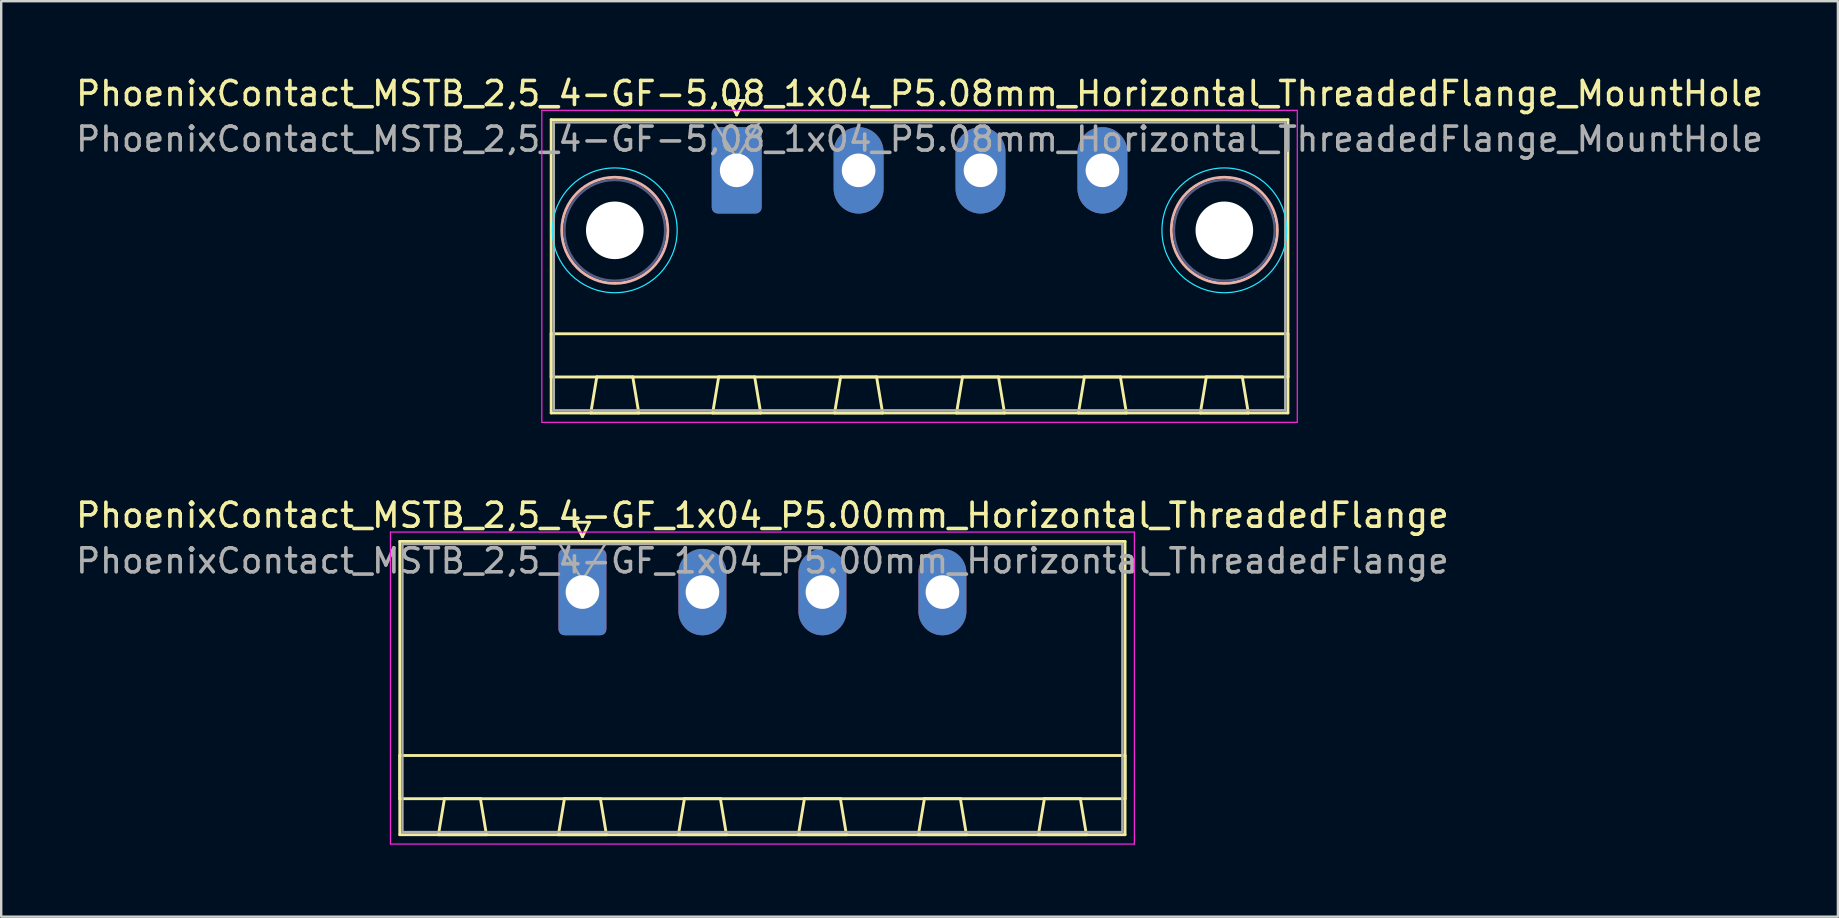
<source format=kicad_pcb>
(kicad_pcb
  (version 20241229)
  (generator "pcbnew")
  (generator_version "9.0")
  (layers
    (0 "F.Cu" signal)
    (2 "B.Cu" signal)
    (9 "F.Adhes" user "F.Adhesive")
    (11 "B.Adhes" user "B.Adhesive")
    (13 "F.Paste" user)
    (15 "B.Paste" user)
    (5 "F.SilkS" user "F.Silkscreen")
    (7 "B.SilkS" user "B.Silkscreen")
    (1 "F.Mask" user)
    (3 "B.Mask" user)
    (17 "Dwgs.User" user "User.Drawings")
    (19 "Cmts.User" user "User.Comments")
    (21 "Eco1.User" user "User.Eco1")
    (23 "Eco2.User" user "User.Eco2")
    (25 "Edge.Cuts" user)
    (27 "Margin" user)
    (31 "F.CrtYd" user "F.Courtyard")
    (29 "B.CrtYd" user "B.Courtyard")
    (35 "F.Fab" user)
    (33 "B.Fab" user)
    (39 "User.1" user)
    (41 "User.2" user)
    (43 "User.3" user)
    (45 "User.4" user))
  (footprint "PhoenixContact_MSTB_2,5_4-GF_1x04_P5.00mm_Horizontal_ThreadedFlange"
    (layer "F.Cu")
    (at 21.22 21.622)
    (property "Reference" "PhoenixContact_MSTB_2,5_4-GF_1x04_P5.00mm_Horizontal_ThreadedFlange" (at 7.5 -3.2 0) (layer "F.SilkS") (effects (font (size 1 1) (thickness 0.15))))
    (attr through_hole)
    (fp_line (start -7.61 -2.11) (end -7.61 10.11) (stroke (width 0.12) (type solid)) (layer "F.SilkS"))
    (fp_line (start -7.61 6.81) (end 22.61 6.81) (stroke (width 0.12) (type solid)) (layer "F.SilkS"))
    (fp_line (start -7.61 8.61) (end -7.61 6.81) (stroke (width 0.12) (type solid)) (layer "F.SilkS"))
    (fp_line (start -7.61 10.11) (end 22.61 10.11) (stroke (width 0.12) (type solid)) (layer "F.SilkS"))
    (fp_line (start -6 10.11) (end -4 10.11) (stroke (width 0.12) (type solid)) (layer "F.SilkS"))
    (fp_line (start -5.75 8.61) (end -6 10.11) (stroke (width 0.12) (type solid)) (layer "F.SilkS"))
    (fp_line (start -4.25 8.61) (end -5.75 8.61) (stroke (width 0.12) (type solid)) (layer "F.SilkS"))
    (fp_line (start -4 10.11) (end -4.25 8.61) (stroke (width 0.12) (type solid)) (layer "F.SilkS"))
    (fp_line (start -1 10.11) (end 1 10.11) (stroke (width 0.12) (type solid)) (layer "F.SilkS"))
    (fp_line (start -0.75 8.61) (end -1 10.11) (stroke (width 0.12) (type solid)) (layer "F.SilkS"))
    (fp_line (start -0.3 -2.91) (end 0.3 -2.91) (stroke (width 0.12) (type solid)) (layer "F.SilkS"))
    (fp_line (start 0 -2.31) (end -0.3 -2.91) (stroke (width 0.12) (type solid)) (layer "F.SilkS"))
    (fp_line (start 0.3 -2.91) (end 0 -2.31) (stroke (width 0.12) (type solid)) (layer "F.SilkS"))
    (fp_line (start 0.75 8.61) (end -0.75 8.61) (stroke (width 0.12) (type solid)) (layer "F.SilkS"))
    (fp_line (start 1 10.11) (end 0.75 8.61) (stroke (width 0.12) (type solid)) (layer "F.SilkS"))
    (fp_line (start 4 10.11) (end 6 10.11) (stroke (width 0.12) (type solid)) (layer "F.SilkS"))
    (fp_line (start 4.25 8.61) (end 4 10.11) (stroke (width 0.12) (type solid)) (layer "F.SilkS"))
    (fp_line (start 5.75 8.61) (end 4.25 8.61) (stroke (width 0.12) (type solid)) (layer "F.SilkS"))
    (fp_line (start 6 10.11) (end 5.75 8.61) (stroke (width 0.12) (type solid)) (layer "F.SilkS"))
    (fp_line (start 9 10.11) (end 11 10.11) (stroke (width 0.12) (type solid)) (layer "F.SilkS"))
    (fp_line (start 9.25 8.61) (end 9 10.11) (stroke (width 0.12) (type solid)) (layer "F.SilkS"))
    (fp_line (start 10.75 8.61) (end 9.25 8.61) (stroke (width 0.12) (type solid)) (layer "F.SilkS"))
    (fp_line (start 11 10.11) (end 10.75 8.61) (stroke (width 0.12) (type solid)) (layer "F.SilkS"))
    (fp_line (start 14 10.11) (end 16 10.11) (stroke (width 0.12) (type solid)) (layer "F.SilkS"))
    (fp_line (start 14.25 8.61) (end 14 10.11) (stroke (width 0.12) (type solid)) (layer "F.SilkS"))
    (fp_line (start 15.75 8.61) (end 14.25 8.61) (stroke (width 0.12) (type solid)) (layer "F.SilkS"))
    (fp_line (start 16 10.11) (end 15.75 8.61) (stroke (width 0.12) (type solid)) (layer "F.SilkS"))
    (fp_line (start 19 10.11) (end 21 10.11) (stroke (width 0.12) (type solid)) (layer "F.SilkS"))
    (fp_line (start 19.25 8.61) (end 19 10.11) (stroke (width 0.12) (type solid)) (layer "F.SilkS"))
    (fp_line (start 20.75 8.61) (end 19.25 8.61) (stroke (width 0.12) (type solid)) (layer "F.SilkS"))
    (fp_line (start 21 10.11) (end 20.75 8.61) (stroke (width 0.12) (type solid)) (layer "F.SilkS"))
    (fp_line (start 22.61 -2.11) (end -7.61 -2.11) (stroke (width 0.12) (type solid)) (layer "F.SilkS"))
    (fp_line (start 22.61 6.81) (end 22.61 8.61) (stroke (width 0.12) (type solid)) (layer "F.SilkS"))
    (fp_line (start 22.61 8.61) (end -7.61 8.61) (stroke (width 0.12) (type solid)) (layer "F.SilkS"))
    (fp_line (start 22.61 10.11) (end 22.61 -2.11) (stroke (width 0.12) (type solid)) (layer "F.SilkS"))
    (fp_line (start -8 -2.5) (end -8 10.5) (stroke (width 0.05) (type solid)) (layer "F.CrtYd"))
    (fp_line (start -8 10.5) (end 23 10.5) (stroke (width 0.05) (type solid)) (layer "F.CrtYd"))
    (fp_line (start 23 -2.5) (end -8 -2.5) (stroke (width 0.05) (type solid)) (layer "F.CrtYd"))
    (fp_line (start 23 10.5) (end 23 -2.5) (stroke (width 0.05) (type solid)) (layer "F.CrtYd"))
    (fp_line (start -7.5 -2) (end -7.5 10) (stroke (width 0.1) (type solid)) (layer "F.Fab"))
    (fp_line (start -7.5 10) (end 22.5 10) (stroke (width 0.1) (type solid)) (layer "F.Fab"))
    (fp_line (start 0 -0.5) (end -0.95 -2) (stroke (width 0.1) (type solid)) (layer "F.Fab"))
    (fp_line (start 0.95 -2) (end 0 -0.5) (stroke (width 0.1) (type solid)) (layer "F.Fab"))
    (fp_line (start 22.5 -2) (end -7.5 -2) (stroke (width 0.1) (type solid)) (layer "F.Fab"))
    (fp_line (start 22.5 10) (end 22.5 -2) (stroke (width 0.1) (type solid)) (layer "F.Fab"))
    (fp_text user "${REFERENCE}" (at 7.5 -1.3 0) (layer "F.Fab") (effects (font (size 1 1) (thickness 0.15))))
    (pad "1" thru_hole roundrect (at 0 0) (size 2 3.6) (drill 1.4) (layers "*.Cu" "*.Mask") (roundrect_rratio 0.125))
    (pad "2" thru_hole oval (at 5 0) (size 2 3.6) (drill 1.4) (layers "*.Cu" "*.Mask"))
    (pad "3" thru_hole oval (at 10 0) (size 2 3.6) (drill 1.4) (layers "*.Cu" "*.Mask"))
    (pad "4" thru_hole oval (at 15 0) (size 2 3.6) (drill 1.4) (layers "*.Cu" "*.Mask")))
  (footprint "PhoenixContact_MSTB_2,5_4-GF-5,08_1x04_P5.08mm_Horizontal_ThreadedFlange_MountHole"
    (layer "F.Cu")
    (at 27.648 4.048)
    (property "Reference" "PhoenixContact_MSTB_2,5_4-GF-5,08_1x04_P5.08mm_Horizontal_ThreadedFlange_MountHole" (at 7.62 -3.2 0) (layer "F.SilkS") (effects (font (size 1 1) (thickness 0.15))))
    (attr through_hole)
    (fp_line (start -7.73 -2.11) (end -7.73 10.11) (stroke (width 0.12) (type solid)) (layer "F.SilkS"))
    (fp_line (start -7.73 6.81) (end 22.97 6.81) (stroke (width 0.12) (type solid)) (layer "F.SilkS"))
    (fp_line (start -7.73 8.61) (end -7.73 6.81) (stroke (width 0.12) (type solid)) (layer "F.SilkS"))
    (fp_line (start -7.73 10.11) (end 22.97 10.11) (stroke (width 0.12) (type solid)) (layer "F.SilkS"))
    (fp_line (start -6.08 10.11) (end -4.08 10.11) (stroke (width 0.12) (type solid)) (layer "F.SilkS"))
    (fp_line (start -5.83 8.61) (end -6.08 10.11) (stroke (width 0.12) (type solid)) (layer "F.SilkS"))
    (fp_line (start -4.33 8.61) (end -5.83 8.61) (stroke (width 0.12) (type solid)) (layer "F.SilkS"))
    (fp_line (start -4.08 10.11) (end -4.33 8.61) (stroke (width 0.12) (type solid)) (layer "F.SilkS"))
    (fp_line (start -1 10.11) (end 1 10.11) (stroke (width 0.12) (type solid)) (layer "F.SilkS"))
    (fp_line (start -0.75 8.61) (end -1 10.11) (stroke (width 0.12) (type solid)) (layer "F.SilkS"))
    (fp_line (start -0.3 -2.91) (end 0.3 -2.91) (stroke (width 0.12) (type solid)) (layer "F.SilkS"))
    (fp_line (start 0 -2.31) (end -0.3 -2.91) (stroke (width 0.12) (type solid)) (layer "F.SilkS"))
    (fp_line (start 0.3 -2.91) (end 0 -2.31) (stroke (width 0.12) (type solid)) (layer "F.SilkS"))
    (fp_line (start 0.75 8.61) (end -0.75 8.61) (stroke (width 0.12) (type solid)) (layer "F.SilkS"))
    (fp_line (start 1 10.11) (end 0.75 8.61) (stroke (width 0.12) (type solid)) (layer "F.SilkS"))
    (fp_line (start 4.08 10.11) (end 6.08 10.11) (stroke (width 0.12) (type solid)) (layer "F.SilkS"))
    (fp_line (start 4.33 8.61) (end 4.08 10.11) (stroke (width 0.12) (type solid)) (layer "F.SilkS"))
    (fp_line (start 5.83 8.61) (end 4.33 8.61) (stroke (width 0.12) (type solid)) (layer "F.SilkS"))
    (fp_line (start 6.08 10.11) (end 5.83 8.61) (stroke (width 0.12) (type solid)) (layer "F.SilkS"))
    (fp_line (start 9.16 10.11) (end 11.16 10.11) (stroke (width 0.12) (type solid)) (layer "F.SilkS"))
    (fp_line (start 9.41 8.61) (end 9.16 10.11) (stroke (width 0.12) (type solid)) (layer "F.SilkS"))
    (fp_line (start 10.91 8.61) (end 9.41 8.61) (stroke (width 0.12) (type solid)) (layer "F.SilkS"))
    (fp_line (start 11.16 10.11) (end 10.91 8.61) (stroke (width 0.12) (type solid)) (layer "F.SilkS"))
    (fp_line (start 14.24 10.11) (end 16.24 10.11) (stroke (width 0.12) (type solid)) (layer "F.SilkS"))
    (fp_line (start 14.49 8.61) (end 14.24 10.11) (stroke (width 0.12) (type solid)) (layer "F.SilkS"))
    (fp_line (start 15.99 8.61) (end 14.49 8.61) (stroke (width 0.12) (type solid)) (layer "F.SilkS"))
    (fp_line (start 16.24 10.11) (end 15.99 8.61) (stroke (width 0.12) (type solid)) (layer "F.SilkS"))
    (fp_line (start 19.32 10.11) (end 21.32 10.11) (stroke (width 0.12) (type solid)) (layer "F.SilkS"))
    (fp_line (start 19.57 8.61) (end 19.32 10.11) (stroke (width 0.12) (type solid)) (layer "F.SilkS"))
    (fp_line (start 21.07 8.61) (end 19.57 8.61) (stroke (width 0.12) (type solid)) (layer "F.SilkS"))
    (fp_line (start 21.32 10.11) (end 21.07 8.61) (stroke (width 0.12) (type solid)) (layer "F.SilkS"))
    (fp_line (start 22.97 -2.11) (end -7.73 -2.11) (stroke (width 0.12) (type solid)) (layer "F.SilkS"))
    (fp_line (start 22.97 6.81) (end 22.97 8.61) (stroke (width 0.12) (type solid)) (layer "F.SilkS"))
    (fp_line (start 22.97 8.61) (end -7.73 8.61) (stroke (width 0.12) (type solid)) (layer "F.SilkS"))
    (fp_line (start 22.97 10.11) (end 22.97 -2.11) (stroke (width 0.12) (type solid)) (layer "F.SilkS"))
    (fp_circle (center -5.08 2.5) (end -2.87 2.5) (stroke (width 0.12) (type solid)) (fill no) (layer "B.SilkS"))
    (fp_circle (center 20.32 2.5) (end 22.53 2.5) (stroke (width 0.12) (type solid)) (fill no) (layer "B.SilkS"))
    (fp_circle (center -5.08 2.5) (end -2.48 2.5) (stroke (width 0.05) (type solid)) (fill no) (layer "B.CrtYd"))
    (fp_circle (center 20.32 2.5) (end 22.92 2.5) (stroke (width 0.05) (type solid)) (fill no) (layer "B.CrtYd"))
    (fp_line (start -8.12 -2.5) (end -8.12 10.5) (stroke (width 0.05) (type solid)) (layer "F.CrtYd"))
    (fp_line (start -8.12 10.5) (end 23.36 10.5) (stroke (width 0.05) (type solid)) (layer "F.CrtYd"))
    (fp_line (start 23.36 -2.5) (end -8.12 -2.5) (stroke (width 0.05) (type solid)) (layer "F.CrtYd"))
    (fp_line (start 23.36 10.5) (end 23.36 -2.5) (stroke (width 0.05) (type solid)) (layer "F.CrtYd"))
    (fp_circle (center -5.08 2.5) (end -2.98 2.5) (stroke (width 0.1) (type solid)) (fill no) (layer "B.Fab"))
    (fp_circle (center 20.32 2.5) (end 22.42 2.5) (stroke (width 0.1) (type solid)) (fill no) (layer "B.Fab"))
    (fp_line (start -7.62 -2) (end -7.62 10) (stroke (width 0.1) (type solid)) (layer "F.Fab"))
    (fp_line (start -7.62 10) (end 22.86 10) (stroke (width 0.1) (type solid)) (layer "F.Fab"))
    (fp_line (start 0 -0.5) (end -0.95 -2) (stroke (width 0.1) (type solid)) (layer "F.Fab"))
    (fp_line (start 0.95 -2) (end 0 -0.5) (stroke (width 0.1) (type solid)) (layer "F.Fab"))
    (fp_line (start 22.86 -2) (end -7.62 -2) (stroke (width 0.1) (type solid)) (layer "F.Fab"))
    (fp_line (start 22.86 10) (end 22.86 -2) (stroke (width 0.1) (type solid)) (layer "F.Fab"))
    (fp_text user "${REFERENCE}" (at 7.62 -1.3 0) (layer "F.Fab") (effects (font (size 1 1) (thickness 0.15))))
    (pad "" np_thru_hole circle (at -5.08 2.5) (size 2.4 2.4) (drill 2.4) (layers "*.Cu" "*.Mask"))
    (pad "" np_thru_hole circle (at 20.32 2.5) (size 2.4 2.4) (drill 2.4) (layers "*.Cu" "*.Mask"))
    (pad "1" thru_hole roundrect (at 0 0) (size 2.08 3.6) (drill 1.4) (layers "*.Cu" "*.Mask") (roundrect_rratio 0.12))
    (pad "2" thru_hole oval (at 5.08 0) (size 2.08 3.6) (drill 1.4) (layers "*.Cu" "*.Mask"))
    (pad "3" thru_hole oval (at 10.16 0) (size 2.08 3.6) (drill 1.4) (layers "*.Cu" "*.Mask"))
    (pad "4" thru_hole oval (at 15.24 0) (size 2.08 3.6) (drill 1.4) (layers "*.Cu" "*.Mask")))
  (gr_rect
    (start -3 -3)
    (end 73.536 35.147)
    (stroke (width 0.1) (type default))
    (fill no)
    (layer "Edge.Cuts")))
</source>
